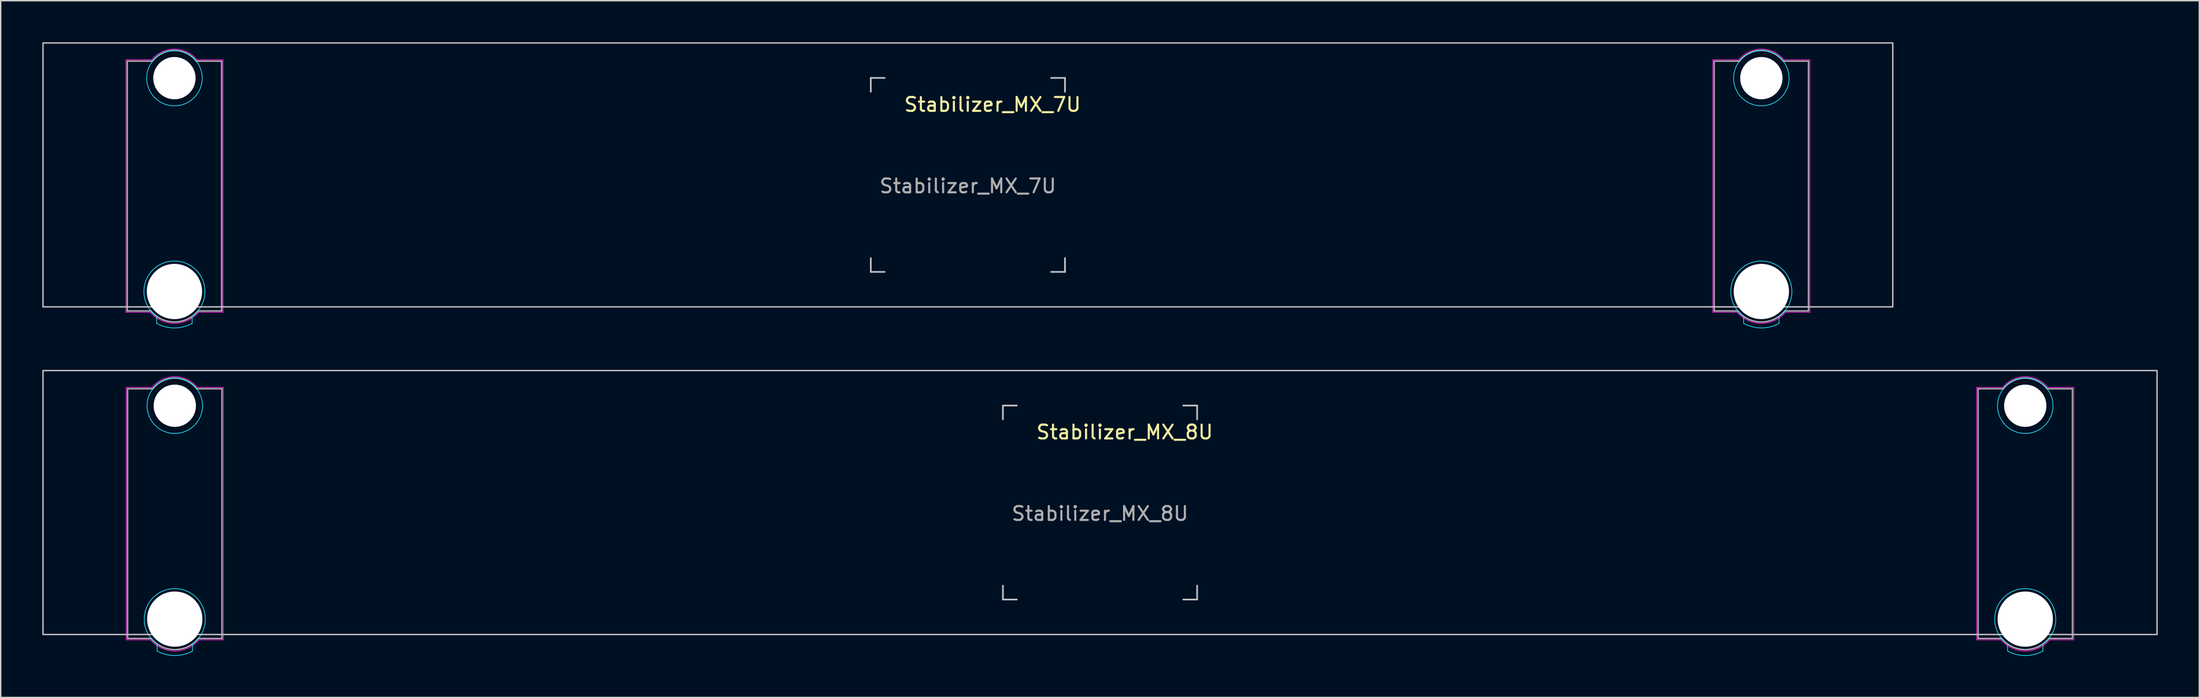
<source format=kicad_pcb>
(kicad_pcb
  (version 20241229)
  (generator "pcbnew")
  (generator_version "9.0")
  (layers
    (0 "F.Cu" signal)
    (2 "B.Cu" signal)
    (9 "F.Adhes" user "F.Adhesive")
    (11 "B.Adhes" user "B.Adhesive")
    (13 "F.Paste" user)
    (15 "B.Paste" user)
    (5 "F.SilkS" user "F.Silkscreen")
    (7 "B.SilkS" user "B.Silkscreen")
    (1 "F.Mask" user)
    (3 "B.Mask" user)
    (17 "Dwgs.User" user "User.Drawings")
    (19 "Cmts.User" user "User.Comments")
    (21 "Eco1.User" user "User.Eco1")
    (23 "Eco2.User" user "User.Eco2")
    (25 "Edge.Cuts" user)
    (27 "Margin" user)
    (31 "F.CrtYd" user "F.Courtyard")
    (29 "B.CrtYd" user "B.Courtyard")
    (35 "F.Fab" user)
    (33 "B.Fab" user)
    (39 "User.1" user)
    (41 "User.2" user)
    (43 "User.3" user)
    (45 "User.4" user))
  (footprint "Stabilizer_MX_7U"
    (layer "F.Cu")
    (at 66.725 9.575)
    (property "Reference" "Stabilizer_MX_7U" (at 1.778 -5.08 180) (layer "F.SilkS") (effects (font (size 1 1) (thickness 0.15))))
    (attr exclude_from_pos_files exclude_from_bom)
    (fp_line (start -7 -7) (end -7 -6) (stroke (width 0.12) (type solid)) (layer "Dwgs.User"))
    (fp_line (start -7 -7) (end -6 -7) (stroke (width 0.12) (type solid)) (layer "Dwgs.User"))
    (fp_line (start -7 7) (end -7 6) (stroke (width 0.12) (type solid)) (layer "Dwgs.User"))
    (fp_line (start -6 7) (end -7 7) (stroke (width 0.12) (type solid)) (layer "Dwgs.User"))
    (fp_line (start 6 -7) (end 7 -7) (stroke (width 0.12) (type solid)) (layer "Dwgs.User"))
    (fp_line (start 7 -7) (end 7 -6) (stroke (width 0.12) (type solid)) (layer "Dwgs.User"))
    (fp_line (start 7 6) (end 7 7) (stroke (width 0.12) (type solid)) (layer "Dwgs.User"))
    (fp_line (start 7 7) (end 6 7) (stroke (width 0.12) (type solid)) (layer "Dwgs.User"))
    (fp_rect (start -66.675 -9.525) (end 66.675 9.525) (stroke (width 0.1) (type default)) (fill no) (layer "Dwgs.User"))
    (fp_line (start -58.475 10.209) (end -58.475 10.716) (stroke (width 0.05) (type default)) (layer "B.CrtYd"))
    (fp_line (start -55.925 10.716) (end -55.925 10.209) (stroke (width 0.05) (type default)) (layer "B.CrtYd"))
    (fp_line (start 55.925 10.209) (end 55.925 10.716) (stroke (width 0.05) (type default)) (layer "B.CrtYd"))
    (fp_line (start 58.475 10.716) (end 58.475 10.209) (stroke (width 0.05) (type default)) (layer "B.CrtYd"))
    (fp_arc (start -58.475212 10.209157) (mid -57.199999 6.213826) (end -55.924789 10.209158) (stroke (width 0.05) (type default)) (layer "B.CrtYd"))
    (fp_arc (start -55.924789 10.715741) (mid -57.2 11.045508) (end -58.475212 10.715741) (stroke (width 0.05) (type default)) (layer "B.CrtYd"))
    (fp_arc (start 55.924788 10.209157) (mid 57.200001 6.213826) (end 58.475211 10.209158) (stroke (width 0.05) (type default)) (layer "B.CrtYd"))
    (fp_arc (start 58.475211 10.715741) (mid 57.2 11.045508) (end 55.924788 10.715741) (stroke (width 0.05) (type default)) (layer "B.CrtYd"))
    (fp_circle (center -57.2 -6.985) (end -57.2 -8.985) (stroke (width 0.05) (type default)) (fill no) (layer "B.CrtYd"))
    (fp_circle (center 57.2 -6.985) (end 57.2 -8.985) (stroke (width 0.05) (type default)) (fill no) (layer "B.CrtYd"))
    (fp_line (start -60.7 -8.31) (end -60.7 9.915) (stroke (width 0.05) (type default)) (layer "F.CrtYd"))
    (fp_line (start -60.7 9.915) (end -58.944 9.915) (stroke (width 0.05) (type default)) (layer "F.CrtYd"))
    (fp_line (start -58.829 -8.31) (end -60.7 -8.31) (stroke (width 0.05) (type default)) (layer "F.CrtYd"))
    (fp_line (start -55.571 -8.31) (end -53.7 -8.31) (stroke (width 0.05) (type default)) (layer "F.CrtYd"))
    (fp_line (start -55.456 9.915) (end -53.7 9.915) (stroke (width 0.05) (type default)) (layer "F.CrtYd"))
    (fp_line (start -53.7 9.915) (end -53.7 -8.31) (stroke (width 0.05) (type default)) (layer "F.CrtYd"))
    (fp_line (start 53.7 -8.31) (end 53.7 9.915) (stroke (width 0.05) (type default)) (layer "F.CrtYd"))
    (fp_line (start 53.7 9.915) (end 55.456 9.915) (stroke (width 0.05) (type default)) (layer "F.CrtYd"))
    (fp_line (start 55.571 -8.31) (end 53.7 -8.31) (stroke (width 0.05) (type default)) (layer "F.CrtYd"))
    (fp_line (start 58.829 -8.31) (end 60.7 -8.31) (stroke (width 0.05) (type default)) (layer "F.CrtYd"))
    (fp_line (start 58.944 9.915) (end 60.7 9.915) (stroke (width 0.05) (type default)) (layer "F.CrtYd"))
    (fp_line (start 60.7 9.915) (end 60.7 -8.31) (stroke (width 0.05) (type default)) (layer "F.CrtYd"))
    (fp_arc (start -58.829225 -8.31) (mid -57.201569 -9.084999) (end -55.572757 -8.312434) (stroke (width 0.05) (type default)) (layer "F.CrtYd"))
    (fp_arc (start -55.45644 9.915) (mid -57.2 10.715001) (end -58.94356 9.915) (stroke (width 0.05) (type default)) (layer "F.CrtYd"))
    (fp_arc (start 55.570775 -8.31) (mid 57.198431 -9.084999) (end 58.827243 -8.312434) (stroke (width 0.05) (type default)) (layer "F.CrtYd"))
    (fp_arc (start 58.94356 9.915) (mid 57.2 10.715001) (end 55.45644 9.915) (stroke (width 0.05) (type default)) (layer "F.CrtYd"))
    (fp_line (start -60.6 -8.21) (end -60.6 9.815) (stroke (width 0.1) (type default)) (layer "F.Fab"))
    (fp_line (start -60.6 9.815) (end -58.897 9.815) (stroke (width 0.1) (type default)) (layer "F.Fab"))
    (fp_line (start -58.781 -8.21) (end -60.6 -8.21) (stroke (width 0.1) (type default)) (layer "F.Fab"))
    (fp_line (start -55.619 -8.21) (end -53.8 -8.21) (stroke (width 0.1) (type default)) (layer "F.Fab"))
    (fp_line (start -55.503 9.815) (end -53.8 9.815) (stroke (width 0.1) (type default)) (layer "F.Fab"))
    (fp_line (start -53.8 9.815) (end -53.8 -8.21) (stroke (width 0.1) (type default)) (layer "F.Fab"))
    (fp_line (start 53.8 -8.21) (end 53.8 9.815) (stroke (width 0.1) (type default)) (layer "F.Fab"))
    (fp_line (start 53.8 9.815) (end 55.503 9.815) (stroke (width 0.1) (type default)) (layer "F.Fab"))
    (fp_line (start 55.619 -8.21) (end 53.8 -8.21) (stroke (width 0.1) (type default)) (layer "F.Fab"))
    (fp_line (start 58.781 -8.21) (end 60.6 -8.21) (stroke (width 0.1) (type default)) (layer "F.Fab"))
    (fp_line (start 58.897 9.815) (end 60.6 9.815) (stroke (width 0.1) (type default)) (layer "F.Fab"))
    (fp_line (start 60.6 9.815) (end 60.6 -8.21) (stroke (width 0.1) (type default)) (layer "F.Fab"))
    (fp_arc (start -58.780941 -8.21) (mid -57.2 -8.985) (end -55.619059 -8.21) (stroke (width 0.1) (type default)) (layer "F.Fab"))
    (fp_arc (start -55.502944 9.815) (mid -57.2 10.615) (end -58.897056 9.815) (stroke (width 0.1) (type default)) (layer "F.Fab"))
    (fp_arc (start 55.619059 -8.21) (mid 57.2 -8.985) (end 58.780941 -8.21) (stroke (width 0.1) (type default)) (layer "F.Fab"))
    (fp_arc (start 58.897056 9.815) (mid 57.2 10.615) (end 55.502944 9.815) (stroke (width 0.1) (type default)) (layer "F.Fab"))
    (fp_text user "${REFERENCE}" (at 0 0.8 0) (layer "F.Fab") (effects (font (size 1 1) (thickness 0.15))))
    (pad "" np_thru_hole circle (at -57.2 -6.985 180) (size 3.05 3.05) (drill 3.05) (layers "*.Cu" "*.Mask"))
    (pad "" np_thru_hole circle (at -57.2 8.415) (size 3.988 3.988) (drill 3.988) (layers "*.Cu" "*.Mask"))
    (pad "" np_thru_hole circle (at 57.2 -6.985 180) (size 3.05 3.05) (drill 3.05) (layers "*.Cu" "*.Mask"))
    (pad "" np_thru_hole circle (at 57.2 8.415) (size 3.988 3.988) (drill 3.988) (layers "*.Cu" "*.Mask")))
  (footprint "Stabilizer_MX_8U"
    (layer "F.Cu")
    (at 76.25 33.221)
    (property "Reference" "Stabilizer_MX_8U" (at 1.778 -5.08 180) (layer "F.SilkS") (effects (font (size 1 1) (thickness 0.15))))
    (attr exclude_from_pos_files exclude_from_bom)
    (fp_line (start -7 -7) (end -7 -6) (stroke (width 0.12) (type solid)) (layer "Dwgs.User"))
    (fp_line (start -7 -7) (end -6 -7) (stroke (width 0.12) (type solid)) (layer "Dwgs.User"))
    (fp_line (start -7 7) (end -7 6) (stroke (width 0.12) (type solid)) (layer "Dwgs.User"))
    (fp_line (start -6 7) (end -7 7) (stroke (width 0.12) (type solid)) (layer "Dwgs.User"))
    (fp_line (start 6 -7) (end 7 -7) (stroke (width 0.12) (type solid)) (layer "Dwgs.User"))
    (fp_line (start 7 -7) (end 7 -6) (stroke (width 0.12) (type solid)) (layer "Dwgs.User"))
    (fp_line (start 7 6) (end 7 7) (stroke (width 0.12) (type solid)) (layer "Dwgs.User"))
    (fp_line (start 7 7) (end 6 7) (stroke (width 0.12) (type solid)) (layer "Dwgs.User"))
    (fp_rect (start -76.2 -9.525) (end 76.2 9.525) (stroke (width 0.1) (type default)) (fill no) (layer "Dwgs.User"))
    (fp_line (start -67.975 10.209) (end -67.975 10.716) (stroke (width 0.05) (type default)) (layer "B.CrtYd"))
    (fp_line (start -65.425 10.716) (end -65.425 10.209) (stroke (width 0.05) (type default)) (layer "B.CrtYd"))
    (fp_line (start 65.425 10.209) (end 65.425 10.716) (stroke (width 0.05) (type default)) (layer "B.CrtYd"))
    (fp_line (start 67.975 10.716) (end 67.975 10.209) (stroke (width 0.05) (type default)) (layer "B.CrtYd"))
    (fp_arc (start -67.975212 10.209157) (mid -66.699999 6.213826) (end -65.424789 10.209158) (stroke (width 0.05) (type default)) (layer "B.CrtYd"))
    (fp_arc (start -65.424789 10.715741) (mid -66.700001 11.045508) (end -67.975212 10.715741) (stroke (width 0.05) (type default)) (layer "B.CrtYd"))
    (fp_arc (start 65.424788 10.209157) (mid 66.700001 6.213826) (end 67.975211 10.209158) (stroke (width 0.05) (type default)) (layer "B.CrtYd"))
    (fp_arc (start 67.975211 10.715741) (mid 66.7 11.045508) (end 65.424788 10.715741) (stroke (width 0.05) (type default)) (layer "B.CrtYd"))
    (fp_circle (center -66.7 -6.985) (end -66.7 -8.985) (stroke (width 0.05) (type default)) (fill no) (layer "B.CrtYd"))
    (fp_circle (center 66.7 -6.985) (end 66.7 -8.985) (stroke (width 0.05) (type default)) (fill no) (layer "B.CrtYd"))
    (fp_line (start -70.2 -8.31) (end -70.2 9.915) (stroke (width 0.05) (type default)) (layer "F.CrtYd"))
    (fp_line (start -70.2 9.915) (end -68.444 9.915) (stroke (width 0.05) (type default)) (layer "F.CrtYd"))
    (fp_line (start -68.329 -8.31) (end -70.2 -8.31) (stroke (width 0.05) (type default)) (layer "F.CrtYd"))
    (fp_line (start -65.071 -8.31) (end -63.2 -8.31) (stroke (width 0.05) (type default)) (layer "F.CrtYd"))
    (fp_line (start -64.956 9.915) (end -63.2 9.915) (stroke (width 0.05) (type default)) (layer "F.CrtYd"))
    (fp_line (start -63.2 9.915) (end -63.2 -8.31) (stroke (width 0.05) (type default)) (layer "F.CrtYd"))
    (fp_line (start 63.2 -8.31) (end 63.2 9.915) (stroke (width 0.05) (type default)) (layer "F.CrtYd"))
    (fp_line (start 63.2 9.915) (end 64.956 9.915) (stroke (width 0.05) (type default)) (layer "F.CrtYd"))
    (fp_line (start 65.071 -8.31) (end 63.2 -8.31) (stroke (width 0.05) (type default)) (layer "F.CrtYd"))
    (fp_line (start 68.329 -8.31) (end 70.2 -8.31) (stroke (width 0.05) (type default)) (layer "F.CrtYd"))
    (fp_line (start 68.444 9.915) (end 70.2 9.915) (stroke (width 0.05) (type default)) (layer "F.CrtYd"))
    (fp_line (start 70.2 9.915) (end 70.2 -8.31) (stroke (width 0.05) (type default)) (layer "F.CrtYd"))
    (fp_arc (start -68.329225 -8.31) (mid -66.701569 -9.084999) (end -65.072757 -8.312434) (stroke (width 0.05) (type default)) (layer "F.CrtYd"))
    (fp_arc (start -64.95644 9.915) (mid -66.7 10.715001) (end -68.44356 9.915) (stroke (width 0.05) (type default)) (layer "F.CrtYd"))
    (fp_arc (start 65.070775 -8.31) (mid 66.698431 -9.084999) (end 68.327243 -8.312434) (stroke (width 0.05) (type default)) (layer "F.CrtYd"))
    (fp_arc (start 68.44356 9.915) (mid 66.7 10.715001) (end 64.95644 9.915) (stroke (width 0.05) (type default)) (layer "F.CrtYd"))
    (fp_line (start -70.1 -8.21) (end -70.1 9.815) (stroke (width 0.1) (type default)) (layer "F.Fab"))
    (fp_line (start -70.1 9.815) (end -68.397 9.815) (stroke (width 0.1) (type default)) (layer "F.Fab"))
    (fp_line (start -68.281 -8.21) (end -70.1 -8.21) (stroke (width 0.1) (type default)) (layer "F.Fab"))
    (fp_line (start -65.119 -8.21) (end -63.3 -8.21) (stroke (width 0.1) (type default)) (layer "F.Fab"))
    (fp_line (start -65.003 9.815) (end -63.3 9.815) (stroke (width 0.1) (type default)) (layer "F.Fab"))
    (fp_line (start -63.3 9.815) (end -63.3 -8.21) (stroke (width 0.1) (type default)) (layer "F.Fab"))
    (fp_line (start 63.3 -8.21) (end 63.3 9.815) (stroke (width 0.1) (type default)) (layer "F.Fab"))
    (fp_line (start 63.3 9.815) (end 65.003 9.815) (stroke (width 0.1) (type default)) (layer "F.Fab"))
    (fp_line (start 65.119 -8.21) (end 63.3 -8.21) (stroke (width 0.1) (type default)) (layer "F.Fab"))
    (fp_line (start 68.281 -8.21) (end 70.1 -8.21) (stroke (width 0.1) (type default)) (layer "F.Fab"))
    (fp_line (start 68.397 9.815) (end 70.1 9.815) (stroke (width 0.1) (type default)) (layer "F.Fab"))
    (fp_line (start 70.1 9.815) (end 70.1 -8.21) (stroke (width 0.1) (type default)) (layer "F.Fab"))
    (fp_arc (start -68.280941 -8.21) (mid -66.7 -8.985) (end -65.119059 -8.21) (stroke (width 0.1) (type default)) (layer "F.Fab"))
    (fp_arc (start -65.002944 9.815) (mid -66.7 10.615) (end -68.397056 9.815) (stroke (width 0.1) (type default)) (layer "F.Fab"))
    (fp_arc (start 65.119059 -8.21) (mid 66.7 -8.985) (end 68.280941 -8.21) (stroke (width 0.1) (type default)) (layer "F.Fab"))
    (fp_arc (start 68.397056 9.815) (mid 66.7 10.615) (end 65.002944 9.815) (stroke (width 0.1) (type default)) (layer "F.Fab"))
    (fp_text user "${REFERENCE}" (at 0 0.8 0) (layer "F.Fab") (effects (font (size 1 1) (thickness 0.15))))
    (pad "" np_thru_hole circle (at -66.7 -6.985 180) (size 3.05 3.05) (drill 3.05) (layers "*.Cu" "*.Mask"))
    (pad "" np_thru_hole circle (at -66.7 8.415) (size 3.988 3.988) (drill 3.988) (layers "*.Cu" "*.Mask"))
    (pad "" np_thru_hole circle (at 66.7 -6.985 180) (size 3.05 3.05) (drill 3.05) (layers "*.Cu" "*.Mask"))
    (pad "" np_thru_hole circle (at 66.7 8.415) (size 3.988 3.988) (drill 3.988) (layers "*.Cu" "*.Mask")))
  (gr_rect
    (start -3 -3)
    (end 155.5 47.291)
    (stroke (width 0.1) (type default))
    (fill no)
    (layer "Edge.Cuts")))
</source>
